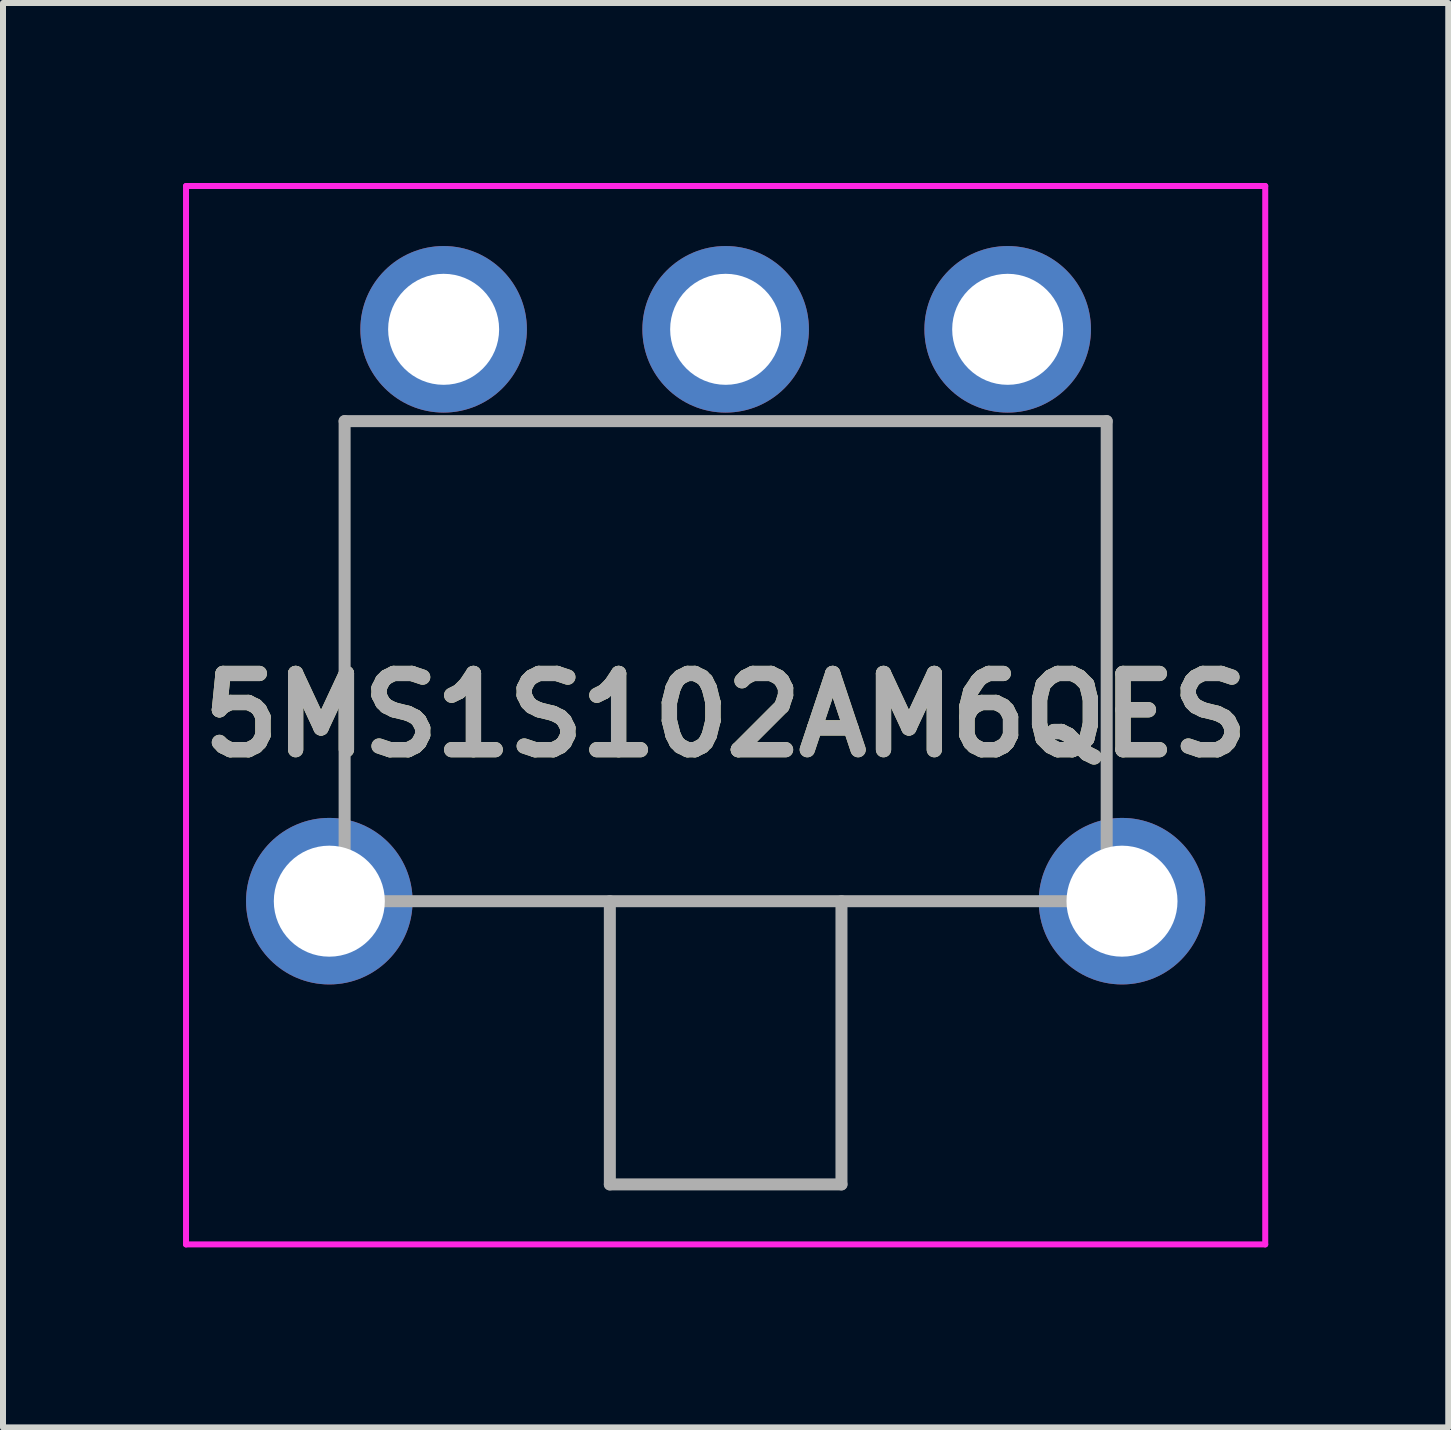
<source format=kicad_pcb>
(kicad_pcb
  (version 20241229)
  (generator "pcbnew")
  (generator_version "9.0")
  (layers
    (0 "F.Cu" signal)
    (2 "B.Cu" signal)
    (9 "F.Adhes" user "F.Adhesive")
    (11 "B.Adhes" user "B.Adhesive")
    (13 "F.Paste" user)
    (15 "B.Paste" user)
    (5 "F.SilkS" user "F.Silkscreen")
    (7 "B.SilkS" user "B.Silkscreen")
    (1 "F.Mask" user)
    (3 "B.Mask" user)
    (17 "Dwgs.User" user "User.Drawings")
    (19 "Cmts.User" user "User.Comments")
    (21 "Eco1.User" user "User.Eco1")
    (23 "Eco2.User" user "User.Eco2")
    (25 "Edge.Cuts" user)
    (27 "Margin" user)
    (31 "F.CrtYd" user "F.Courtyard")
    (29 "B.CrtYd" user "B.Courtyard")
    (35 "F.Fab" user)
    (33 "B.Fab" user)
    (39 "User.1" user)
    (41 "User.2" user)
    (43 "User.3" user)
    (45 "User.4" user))
  (footprint "5MS1S102AM6QES"
    (layer "F.Cu")
    (at 13.743 2.438)
    (property "Reference" "5MS1S102AM6QES" (at -4.7 6.431 0) (layer "F.SilkS") (effects (font (size 1.27 1.27) (thickness 0.254))))
    (attr through_hole)
    (fp_line (start -11.05 1.53) (end -11.05 7) (stroke (width 0.1) (type solid)) (layer "F.SilkS"))
    (fp_line (start -9 9.53) (end 0 9.53) (stroke (width 0.1) (type solid)) (layer "F.SilkS"))
    (fp_line (start -6.63 9.53) (end -6.63 14.25) (stroke (width 0.1) (type solid)) (layer "F.SilkS"))
    (fp_line (start -6.63 14.25) (end -2.77 14.25) (stroke (width 0.1) (type solid)) (layer "F.SilkS"))
    (fp_line (start -2.77 14.25) (end -2.77 9.53) (stroke (width 0.1) (type solid)) (layer "F.SilkS"))
    (fp_line (start 1.65 1.53) (end 1.65 7) (stroke (width 0.1) (type solid)) (layer "F.SilkS"))
    (fp_line (start -13.693 -2.388) (end 4.292 -2.388) (stroke (width 0.1) (type solid)) (layer "F.CrtYd"))
    (fp_line (start -13.693 15.25) (end -13.693 -2.388) (stroke (width 0.1) (type solid)) (layer "F.CrtYd"))
    (fp_line (start 4.292 -2.388) (end 4.292 15.25) (stroke (width 0.1) (type solid)) (layer "F.CrtYd"))
    (fp_line (start 4.292 15.25) (end -13.693 15.25) (stroke (width 0.1) (type solid)) (layer "F.CrtYd"))
    (fp_line (start -11.05 1.53) (end 1.65 1.53) (stroke (width 0.2) (type solid)) (layer "F.Fab"))
    (fp_line (start -11.05 9.53) (end -11.05 1.53) (stroke (width 0.2) (type solid)) (layer "F.Fab"))
    (fp_line (start -6.63 9.53) (end -6.63 14.25) (stroke (width 0.2) (type solid)) (layer "F.Fab"))
    (fp_line (start -6.63 14.25) (end -2.77 14.25) (stroke (width 0.2) (type solid)) (layer "F.Fab"))
    (fp_line (start -2.77 14.25) (end -2.77 9.53) (stroke (width 0.2) (type solid)) (layer "F.Fab"))
    (fp_line (start 1.65 1.53) (end 1.65 9.53) (stroke (width 0.2) (type solid)) (layer "F.Fab"))
    (fp_line (start 1.65 9.53) (end -11.05 9.53) (stroke (width 0.2) (type solid)) (layer "F.Fab"))
    (fp_text user "${REFERENCE}" (at -4.7 6.431 0) (layer "F.Fab") (effects (font (size 1.27 1.27) (thickness 0.254))))
    (pad "1" thru_hole circle (at 0 0) (size 2.775 2.775) (drill 1.85) (layers "*.Cu" "*.Mask"))
    (pad "2" thru_hole circle (at -4.7 0) (size 2.775 2.775) (drill 1.85) (layers "*.Cu" "*.Mask"))
    (pad "3" thru_hole circle (at -9.4 0) (size 2.775 2.775) (drill 1.85) (layers "*.Cu" "*.Mask"))
    (pad "MH1" thru_hole circle (at 1.905 9.53) (size 2.775 2.775) (drill 1.85) (layers "*.Cu" "*.Mask"))
    (pad "MH2" thru_hole circle (at -11.305 9.53) (size 2.775 2.775) (drill 1.85) (layers "*.Cu" "*.Mask")))
  (gr_rect
    (start -3 -3)
    (end 21.085 20.738)
    (stroke (width 0.1) (type default))
    (fill no)
    (layer "Edge.Cuts")))
</source>
